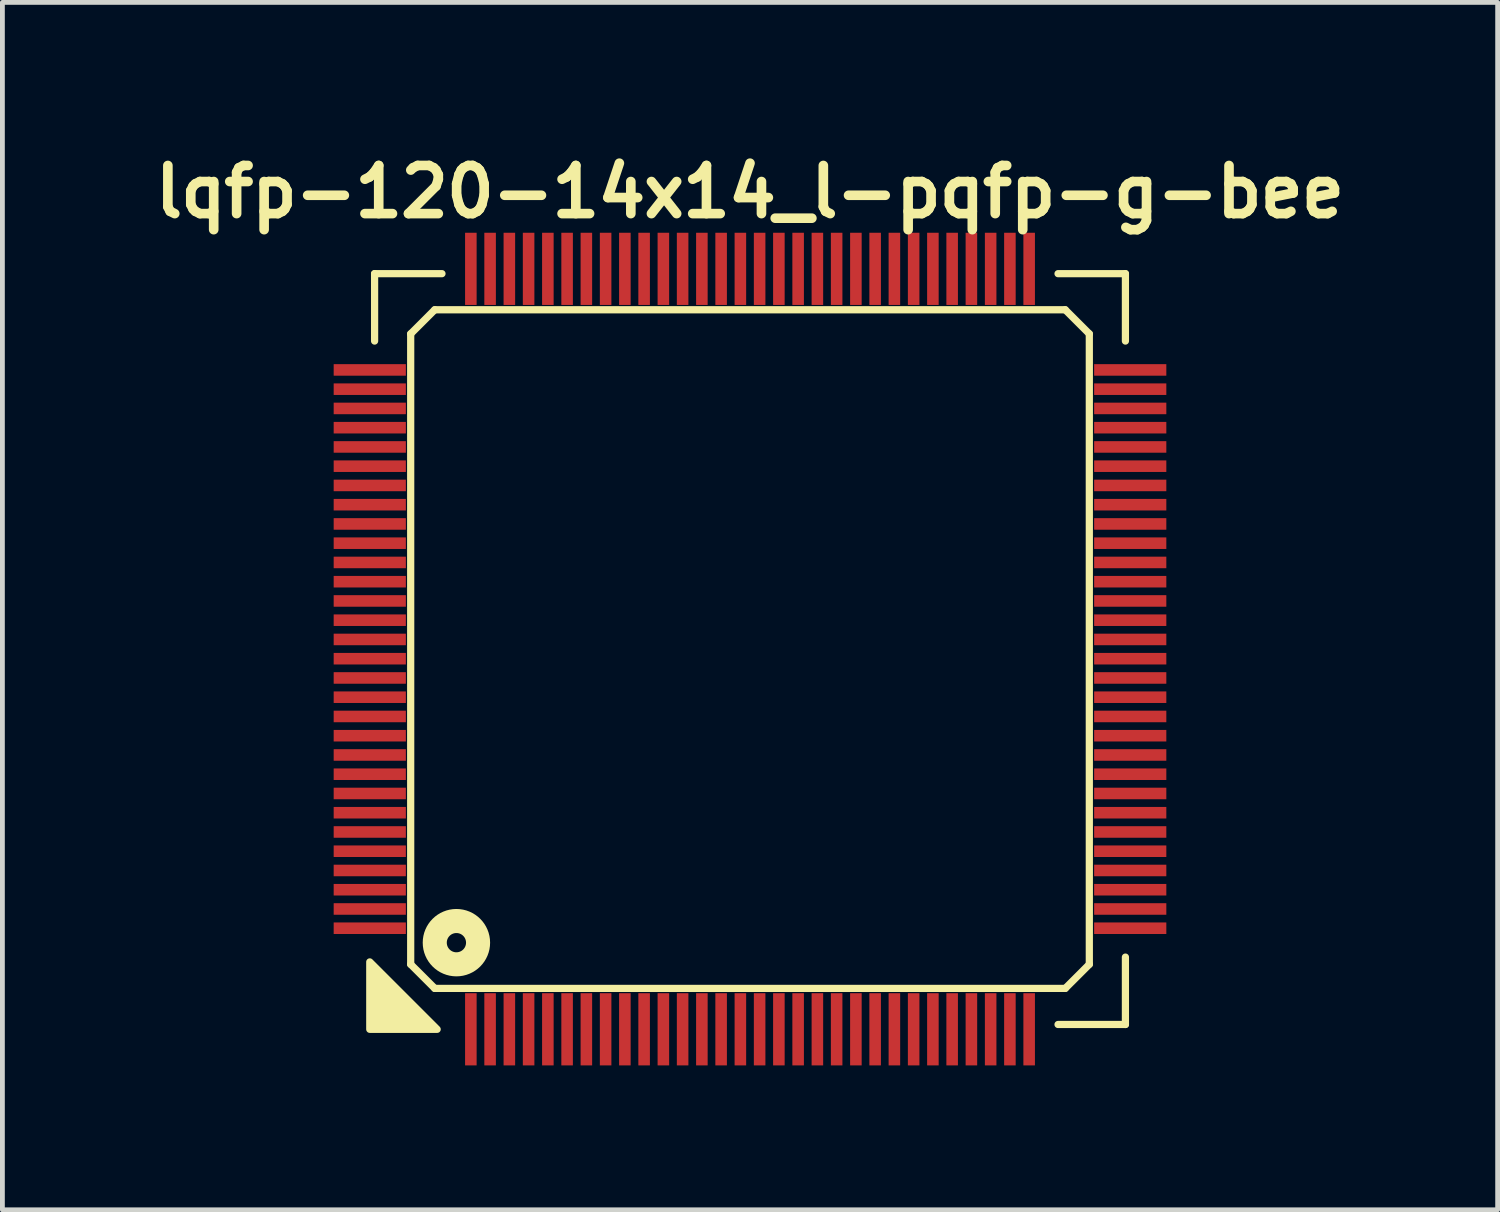
<source format=kicad_pcb>
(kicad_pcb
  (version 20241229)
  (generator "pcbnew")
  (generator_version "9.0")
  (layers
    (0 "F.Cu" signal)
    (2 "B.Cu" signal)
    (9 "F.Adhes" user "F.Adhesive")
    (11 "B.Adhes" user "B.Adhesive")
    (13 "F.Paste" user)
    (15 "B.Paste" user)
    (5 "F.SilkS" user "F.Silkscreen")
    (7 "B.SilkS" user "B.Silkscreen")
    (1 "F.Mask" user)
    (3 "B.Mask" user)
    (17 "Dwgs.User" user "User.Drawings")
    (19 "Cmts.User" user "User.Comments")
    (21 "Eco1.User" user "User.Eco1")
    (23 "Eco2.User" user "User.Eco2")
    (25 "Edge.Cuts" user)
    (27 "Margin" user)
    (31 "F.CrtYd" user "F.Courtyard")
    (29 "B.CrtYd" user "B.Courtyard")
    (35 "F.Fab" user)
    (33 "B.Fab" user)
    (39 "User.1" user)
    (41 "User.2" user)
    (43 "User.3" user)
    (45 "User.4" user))
  (footprint "lqfp-120-14x14_l-pqfp-g-bee"
    (layer "F.Cu")
    (at 12.533 10.436)
    (property "Reference" "lqfp-120-14x14_l-pqfp-g-bee" (at 0 -9.5 0) (layer "F.SilkS") (effects (font (size 1 1) (thickness 0.2))))
    (attr smd)
    (fp_line (start -7.8 -7.8) (end -6.4 -7.8) (stroke (width 0.15) (type solid)) (layer "F.SilkS"))
    (fp_line (start -7.8 -6.4) (end -7.8 -7.8) (stroke (width 0.15) (type solid)) (layer "F.SilkS"))
    (fp_line (start -7.05 -6.55) (end -6.55 -7.05) (stroke (width 0.15) (type solid)) (layer "F.SilkS"))
    (fp_line (start -7.05 6.55) (end -7.05 -6.55) (stroke (width 0.15) (type solid)) (layer "F.SilkS"))
    (fp_line (start -6.55 -7.05) (end 6.55 -7.05) (stroke (width 0.15) (type solid)) (layer "F.SilkS"))
    (fp_line (start -6.55 7.05) (end -7.05 6.55) (stroke (width 0.15) (type solid)) (layer "F.SilkS"))
    (fp_line (start 6.4 -7.8) (end 7.8 -7.8) (stroke (width 0.15) (type solid)) (layer "F.SilkS"))
    (fp_line (start 6.55 -7.05) (end 7.05 -6.55) (stroke (width 0.15) (type solid)) (layer "F.SilkS"))
    (fp_line (start 6.55 7.05) (end -6.55 7.05) (stroke (width 0.15) (type solid)) (layer "F.SilkS"))
    (fp_line (start 7.05 -6.55) (end 7.05 6.55) (stroke (width 0.15) (type solid)) (layer "F.SilkS"))
    (fp_line (start 7.05 6.55) (end 6.55 7.05) (stroke (width 0.15) (type solid)) (layer "F.SilkS"))
    (fp_line (start 7.8 -7.8) (end 7.8 -6.4) (stroke (width 0.15) (type solid)) (layer "F.SilkS"))
    (fp_line (start 7.8 6.4) (end 7.8 7.8) (stroke (width 0.15) (type solid)) (layer "F.SilkS"))
    (fp_line (start 7.8 7.8) (end 6.4 7.8) (stroke (width 0.15) (type solid)) (layer "F.SilkS"))
    (fp_circle (center -6.1 6.1) (end -5.9 6.1) (stroke (width 0.5) (type solid)) (fill no) (layer "F.SilkS"))
    (fp_poly (pts (xy -6.5 7.9) (xy -7.9 7.9) (xy -7.9 6.5)) (stroke (width 0.15) (type solid)) (fill yes) (layer "F.SilkS"))
    (pad "1" smd rect (at -5.8 7.9) (size 0.24 1.5) (layers "F.Cu" "F.Mask" "F.Paste"))
    (pad "2" smd rect (at -5.4 7.9) (size 0.24 1.5) (layers "F.Cu" "F.Mask" "F.Paste"))
    (pad "3" smd rect (at -5 7.9) (size 0.24 1.5) (layers "F.Cu" "F.Mask" "F.Paste"))
    (pad "4" smd rect (at -4.6 7.9) (size 0.24 1.5) (layers "F.Cu" "F.Mask" "F.Paste"))
    (pad "5" smd rect (at -4.2 7.9) (size 0.24 1.5) (layers "F.Cu" "F.Mask" "F.Paste"))
    (pad "6" smd rect (at -3.8 7.9) (size 0.24 1.5) (layers "F.Cu" "F.Mask" "F.Paste"))
    (pad "7" smd rect (at -3.4 7.9) (size 0.24 1.5) (layers "F.Cu" "F.Mask" "F.Paste"))
    (pad "8" smd rect (at -3 7.9) (size 0.24 1.5) (layers "F.Cu" "F.Mask" "F.Paste"))
    (pad "9" smd rect (at -2.6 7.9) (size 0.24 1.5) (layers "F.Cu" "F.Mask" "F.Paste"))
    (pad "10" smd rect (at -2.2 7.9) (size 0.24 1.5) (layers "F.Cu" "F.Mask" "F.Paste"))
    (pad "11" smd rect (at -1.8 7.9) (size 0.24 1.5) (layers "F.Cu" "F.Mask" "F.Paste"))
    (pad "12" smd rect (at -1.4 7.9) (size 0.24 1.5) (layers "F.Cu" "F.Mask" "F.Paste"))
    (pad "13" smd rect (at -1 7.9) (size 0.24 1.5) (layers "F.Cu" "F.Mask" "F.Paste"))
    (pad "14" smd rect (at -0.6 7.9) (size 0.24 1.5) (layers "F.Cu" "F.Mask" "F.Paste"))
    (pad "15" smd rect (at -0.2 7.9) (size 0.24 1.5) (layers "F.Cu" "F.Mask" "F.Paste"))
    (pad "16" smd rect (at 0.2 7.9) (size 0.24 1.5) (layers "F.Cu" "F.Mask" "F.Paste"))
    (pad "17" smd rect (at 0.6 7.9) (size 0.24 1.5) (layers "F.Cu" "F.Mask" "F.Paste"))
    (pad "18" smd rect (at 1 7.9) (size 0.24 1.5) (layers "F.Cu" "F.Mask" "F.Paste"))
    (pad "19" smd rect (at 1.4 7.9) (size 0.24 1.5) (layers "F.Cu" "F.Mask" "F.Paste"))
    (pad "20" smd rect (at 1.8 7.9) (size 0.24 1.5) (layers "F.Cu" "F.Mask" "F.Paste"))
    (pad "21" smd rect (at 2.2 7.9) (size 0.24 1.5) (layers "F.Cu" "F.Mask" "F.Paste"))
    (pad "22" smd rect (at 2.6 7.9) (size 0.24 1.5) (layers "F.Cu" "F.Mask" "F.Paste"))
    (pad "23" smd rect (at 3 7.9) (size 0.24 1.5) (layers "F.Cu" "F.Mask" "F.Paste"))
    (pad "24" smd rect (at 3.4 7.9) (size 0.24 1.5) (layers "F.Cu" "F.Mask" "F.Paste"))
    (pad "25" smd rect (at 3.8 7.9) (size 0.24 1.5) (layers "F.Cu" "F.Mask" "F.Paste"))
    (pad "26" smd rect (at 4.2 7.9) (size 0.24 1.5) (layers "F.Cu" "F.Mask" "F.Paste"))
    (pad "27" smd rect (at 4.6 7.9) (size 0.24 1.5) (layers "F.Cu" "F.Mask" "F.Paste"))
    (pad "28" smd rect (at 5 7.9) (size 0.24 1.5) (layers "F.Cu" "F.Mask" "F.Paste"))
    (pad "29" smd rect (at 5.4 7.9) (size 0.24 1.5) (layers "F.Cu" "F.Mask" "F.Paste"))
    (pad "30" smd rect (at 5.8 7.9) (size 0.24 1.5) (layers "F.Cu" "F.Mask" "F.Paste"))
    (pad "31" smd rect (at 7.9 5.8) (size 1.5 0.24) (layers "F.Cu" "F.Mask" "F.Paste"))
    (pad "32" smd rect (at 7.9 5.4) (size 1.5 0.24) (layers "F.Cu" "F.Mask" "F.Paste"))
    (pad "33" smd rect (at 7.9 5) (size 1.5 0.24) (layers "F.Cu" "F.Mask" "F.Paste"))
    (pad "34" smd rect (at 7.9 4.6) (size 1.5 0.24) (layers "F.Cu" "F.Mask" "F.Paste"))
    (pad "35" smd rect (at 7.9 4.2) (size 1.5 0.24) (layers "F.Cu" "F.Mask" "F.Paste"))
    (pad "36" smd rect (at 7.9 3.8) (size 1.5 0.24) (layers "F.Cu" "F.Mask" "F.Paste"))
    (pad "37" smd rect (at 7.9 3.4) (size 1.5 0.24) (layers "F.Cu" "F.Mask" "F.Paste"))
    (pad "38" smd rect (at 7.9 3) (size 1.5 0.24) (layers "F.Cu" "F.Mask" "F.Paste"))
    (pad "39" smd rect (at 7.9 2.6) (size 1.5 0.24) (layers "F.Cu" "F.Mask" "F.Paste"))
    (pad "40" smd rect (at 7.9 2.2) (size 1.5 0.24) (layers "F.Cu" "F.Mask" "F.Paste"))
    (pad "41" smd rect (at 7.9 1.8) (size 1.5 0.24) (layers "F.Cu" "F.Mask" "F.Paste"))
    (pad "42" smd rect (at 7.9 1.4) (size 1.5 0.24) (layers "F.Cu" "F.Mask" "F.Paste"))
    (pad "43" smd rect (at 7.9 1) (size 1.5 0.24) (layers "F.Cu" "F.Mask" "F.Paste"))
    (pad "44" smd rect (at 7.9 0.6) (size 1.5 0.24) (layers "F.Cu" "F.Mask" "F.Paste"))
    (pad "45" smd rect (at 7.9 0.2) (size 1.5 0.24) (layers "F.Cu" "F.Mask" "F.Paste"))
    (pad "46" smd rect (at 7.9 -0.2) (size 1.5 0.24) (layers "F.Cu" "F.Mask" "F.Paste"))
    (pad "47" smd rect (at 7.9 -0.6) (size 1.5 0.24) (layers "F.Cu" "F.Mask" "F.Paste"))
    (pad "48" smd rect (at 7.9 -1) (size 1.5 0.24) (layers "F.Cu" "F.Mask" "F.Paste"))
    (pad "49" smd rect (at 7.9 -1.4) (size 1.5 0.24) (layers "F.Cu" "F.Mask" "F.Paste"))
    (pad "50" smd rect (at 7.9 -1.8) (size 1.5 0.24) (layers "F.Cu" "F.Mask" "F.Paste"))
    (pad "51" smd rect (at 7.9 -2.2) (size 1.5 0.24) (layers "F.Cu" "F.Mask" "F.Paste"))
    (pad "52" smd rect (at 7.9 -2.6) (size 1.5 0.24) (layers "F.Cu" "F.Mask" "F.Paste"))
    (pad "53" smd rect (at 7.9 -3) (size 1.5 0.24) (layers "F.Cu" "F.Mask" "F.Paste"))
    (pad "54" smd rect (at 7.9 -3.4) (size 1.5 0.24) (layers "F.Cu" "F.Mask" "F.Paste"))
    (pad "55" smd rect (at 7.9 -3.8) (size 1.5 0.24) (layers "F.Cu" "F.Mask" "F.Paste"))
    (pad "56" smd rect (at 7.9 -4.2) (size 1.5 0.24) (layers "F.Cu" "F.Mask" "F.Paste"))
    (pad "57" smd rect (at 7.9 -4.6) (size 1.5 0.24) (layers "F.Cu" "F.Mask" "F.Paste"))
    (pad "58" smd rect (at 7.9 -5) (size 1.5 0.24) (layers "F.Cu" "F.Mask" "F.Paste"))
    (pad "59" smd rect (at 7.9 -5.4) (size 1.5 0.24) (layers "F.Cu" "F.Mask" "F.Paste"))
    (pad "60" smd rect (at 7.9 -5.8) (size 1.5 0.24) (layers "F.Cu" "F.Mask" "F.Paste"))
    (pad "61" smd rect (at 5.8 -7.9) (size 0.24 1.5) (layers "F.Cu" "F.Mask" "F.Paste"))
    (pad "62" smd rect (at 5.4 -7.9) (size 0.24 1.5) (layers "F.Cu" "F.Mask" "F.Paste"))
    (pad "63" smd rect (at 5 -7.9) (size 0.24 1.5) (layers "F.Cu" "F.Mask" "F.Paste"))
    (pad "64" smd rect (at 4.6 -7.9) (size 0.24 1.5) (layers "F.Cu" "F.Mask" "F.Paste"))
    (pad "65" smd rect (at 4.2 -7.9) (size 0.24 1.5) (layers "F.Cu" "F.Mask" "F.Paste"))
    (pad "66" smd rect (at 3.8 -7.9) (size 0.24 1.5) (layers "F.Cu" "F.Mask" "F.Paste"))
    (pad "67" smd rect (at 3.4 -7.9) (size 0.24 1.5) (layers "F.Cu" "F.Mask" "F.Paste"))
    (pad "68" smd rect (at 3 -7.9) (size 0.24 1.5) (layers "F.Cu" "F.Mask" "F.Paste"))
    (pad "69" smd rect (at 2.6 -7.9) (size 0.24 1.5) (layers "F.Cu" "F.Mask" "F.Paste"))
    (pad "70" smd rect (at 2.2 -7.9) (size 0.24 1.5) (layers "F.Cu" "F.Mask" "F.Paste"))
    (pad "71" smd rect (at 1.8 -7.9) (size 0.24 1.5) (layers "F.Cu" "F.Mask" "F.Paste"))
    (pad "72" smd rect (at 1.4 -7.9) (size 0.24 1.5) (layers "F.Cu" "F.Mask" "F.Paste"))
    (pad "73" smd rect (at 1 -7.9) (size 0.24 1.5) (layers "F.Cu" "F.Mask" "F.Paste"))
    (pad "74" smd rect (at 0.6 -7.9) (size 0.24 1.5) (layers "F.Cu" "F.Mask" "F.Paste"))
    (pad "75" smd rect (at 0.2 -7.9) (size 0.24 1.5) (layers "F.Cu" "F.Mask" "F.Paste"))
    (pad "76" smd rect (at -0.2 -7.9) (size 0.24 1.5) (layers "F.Cu" "F.Mask" "F.Paste"))
    (pad "77" smd rect (at -0.6 -7.9) (size 0.24 1.5) (layers "F.Cu" "F.Mask" "F.Paste"))
    (pad "78" smd rect (at -1 -7.9) (size 0.24 1.5) (layers "F.Cu" "F.Mask" "F.Paste"))
    (pad "79" smd rect (at -1.4 -7.9) (size 0.24 1.5) (layers "F.Cu" "F.Mask" "F.Paste"))
    (pad "80" smd rect (at -1.8 -7.9) (size 0.24 1.5) (layers "F.Cu" "F.Mask" "F.Paste"))
    (pad "81" smd rect (at -2.2 -7.9) (size 0.24 1.5) (layers "F.Cu" "F.Mask" "F.Paste"))
    (pad "82" smd rect (at -2.6 -7.9) (size 0.24 1.5) (layers "F.Cu" "F.Mask" "F.Paste"))
    (pad "83" smd rect (at -3 -7.9) (size 0.24 1.5) (layers "F.Cu" "F.Mask" "F.Paste"))
    (pad "84" smd rect (at -3.4 -7.9) (size 0.24 1.5) (layers "F.Cu" "F.Mask" "F.Paste"))
    (pad "85" smd rect (at -3.8 -7.9) (size 0.24 1.5) (layers "F.Cu" "F.Mask" "F.Paste"))
    (pad "86" smd rect (at -4.2 -7.9) (size 0.24 1.5) (layers "F.Cu" "F.Mask" "F.Paste"))
    (pad "87" smd rect (at -4.6 -7.9) (size 0.24 1.5) (layers "F.Cu" "F.Mask" "F.Paste"))
    (pad "88" smd rect (at -5 -7.9) (size 0.24 1.5) (layers "F.Cu" "F.Mask" "F.Paste"))
    (pad "89" smd rect (at -5.4 -7.9) (size 0.24 1.5) (layers "F.Cu" "F.Mask" "F.Paste"))
    (pad "90" smd rect (at -5.8 -7.9) (size 0.24 1.5) (layers "F.Cu" "F.Mask" "F.Paste"))
    (pad "91" smd rect (at -7.9 -5.8) (size 1.5 0.24) (layers "F.Cu" "F.Mask" "F.Paste"))
    (pad "92" smd rect (at -7.9 -5.4) (size 1.5 0.24) (layers "F.Cu" "F.Mask" "F.Paste"))
    (pad "93" smd rect (at -7.9 -5) (size 1.5 0.24) (layers "F.Cu" "F.Mask" "F.Paste"))
    (pad "94" smd rect (at -7.9 -4.6) (size 1.5 0.24) (layers "F.Cu" "F.Mask" "F.Paste"))
    (pad "95" smd rect (at -7.9 -4.2) (size 1.5 0.24) (layers "F.Cu" "F.Mask" "F.Paste"))
    (pad "96" smd rect (at -7.9 -3.8) (size 1.5 0.24) (layers "F.Cu" "F.Mask" "F.Paste"))
    (pad "97" smd rect (at -7.9 -3.4) (size 1.5 0.24) (layers "F.Cu" "F.Mask" "F.Paste"))
    (pad "98" smd rect (at -7.9 -3) (size 1.5 0.24) (layers "F.Cu" "F.Mask" "F.Paste"))
    (pad "99" smd rect (at -7.9 -2.6) (size 1.5 0.24) (layers "F.Cu" "F.Mask" "F.Paste"))
    (pad "100" smd rect (at -7.9 -2.2) (size 1.5 0.24) (layers "F.Cu" "F.Mask" "F.Paste"))
    (pad "101" smd rect (at -7.9 -1.8) (size 1.5 0.24) (layers "F.Cu" "F.Mask" "F.Paste"))
    (pad "102" smd rect (at -7.9 -1.4) (size 1.5 0.24) (layers "F.Cu" "F.Mask" "F.Paste"))
    (pad "103" smd rect (at -7.9 -1) (size 1.5 0.24) (layers "F.Cu" "F.Mask" "F.Paste"))
    (pad "104" smd rect (at -7.9 -0.6) (size 1.5 0.24) (layers "F.Cu" "F.Mask" "F.Paste"))
    (pad "105" smd rect (at -7.9 -0.2) (size 1.5 0.24) (layers "F.Cu" "F.Mask" "F.Paste"))
    (pad "106" smd rect (at -7.9 0.2) (size 1.5 0.24) (layers "F.Cu" "F.Mask" "F.Paste"))
    (pad "107" smd rect (at -7.9 0.6) (size 1.5 0.24) (layers "F.Cu" "F.Mask" "F.Paste"))
    (pad "108" smd rect (at -7.9 1) (size 1.5 0.24) (layers "F.Cu" "F.Mask" "F.Paste"))
    (pad "109" smd rect (at -7.9 1.4) (size 1.5 0.24) (layers "F.Cu" "F.Mask" "F.Paste"))
    (pad "110" smd rect (at -7.9 1.8) (size 1.5 0.24) (layers "F.Cu" "F.Mask" "F.Paste"))
    (pad "111" smd rect (at -7.9 2.2) (size 1.5 0.24) (layers "F.Cu" "F.Mask" "F.Paste"))
    (pad "112" smd rect (at -7.9 2.6) (size 1.5 0.24) (layers "F.Cu" "F.Mask" "F.Paste"))
    (pad "113" smd rect (at -7.9 3) (size 1.5 0.24) (layers "F.Cu" "F.Mask" "F.Paste"))
    (pad "114" smd rect (at -7.9 3.4) (size 1.5 0.24) (layers "F.Cu" "F.Mask" "F.Paste"))
    (pad "115" smd rect (at -7.9 3.8) (size 1.5 0.24) (layers "F.Cu" "F.Mask" "F.Paste"))
    (pad "116" smd rect (at -7.9 4.2) (size 1.5 0.24) (layers "F.Cu" "F.Mask" "F.Paste"))
    (pad "117" smd rect (at -7.9 4.6) (size 1.5 0.24) (layers "F.Cu" "F.Mask" "F.Paste"))
    (pad "118" smd rect (at -7.9 5) (size 1.5 0.24) (layers "F.Cu" "F.Mask" "F.Paste"))
    (pad "119" smd rect (at -7.9 5.4) (size 1.5 0.24) (layers "F.Cu" "F.Mask" "F.Paste"))
    (pad "120" smd rect (at -7.9 5.8) (size 1.5 0.24) (layers "F.Cu" "F.Mask" "F.Paste")))
  (gr_rect
    (start -3 -3)
    (end 28.067 22.086)
    (stroke (width 0.1) (type default))
    (fill no)
    (layer "Edge.Cuts")))
</source>
